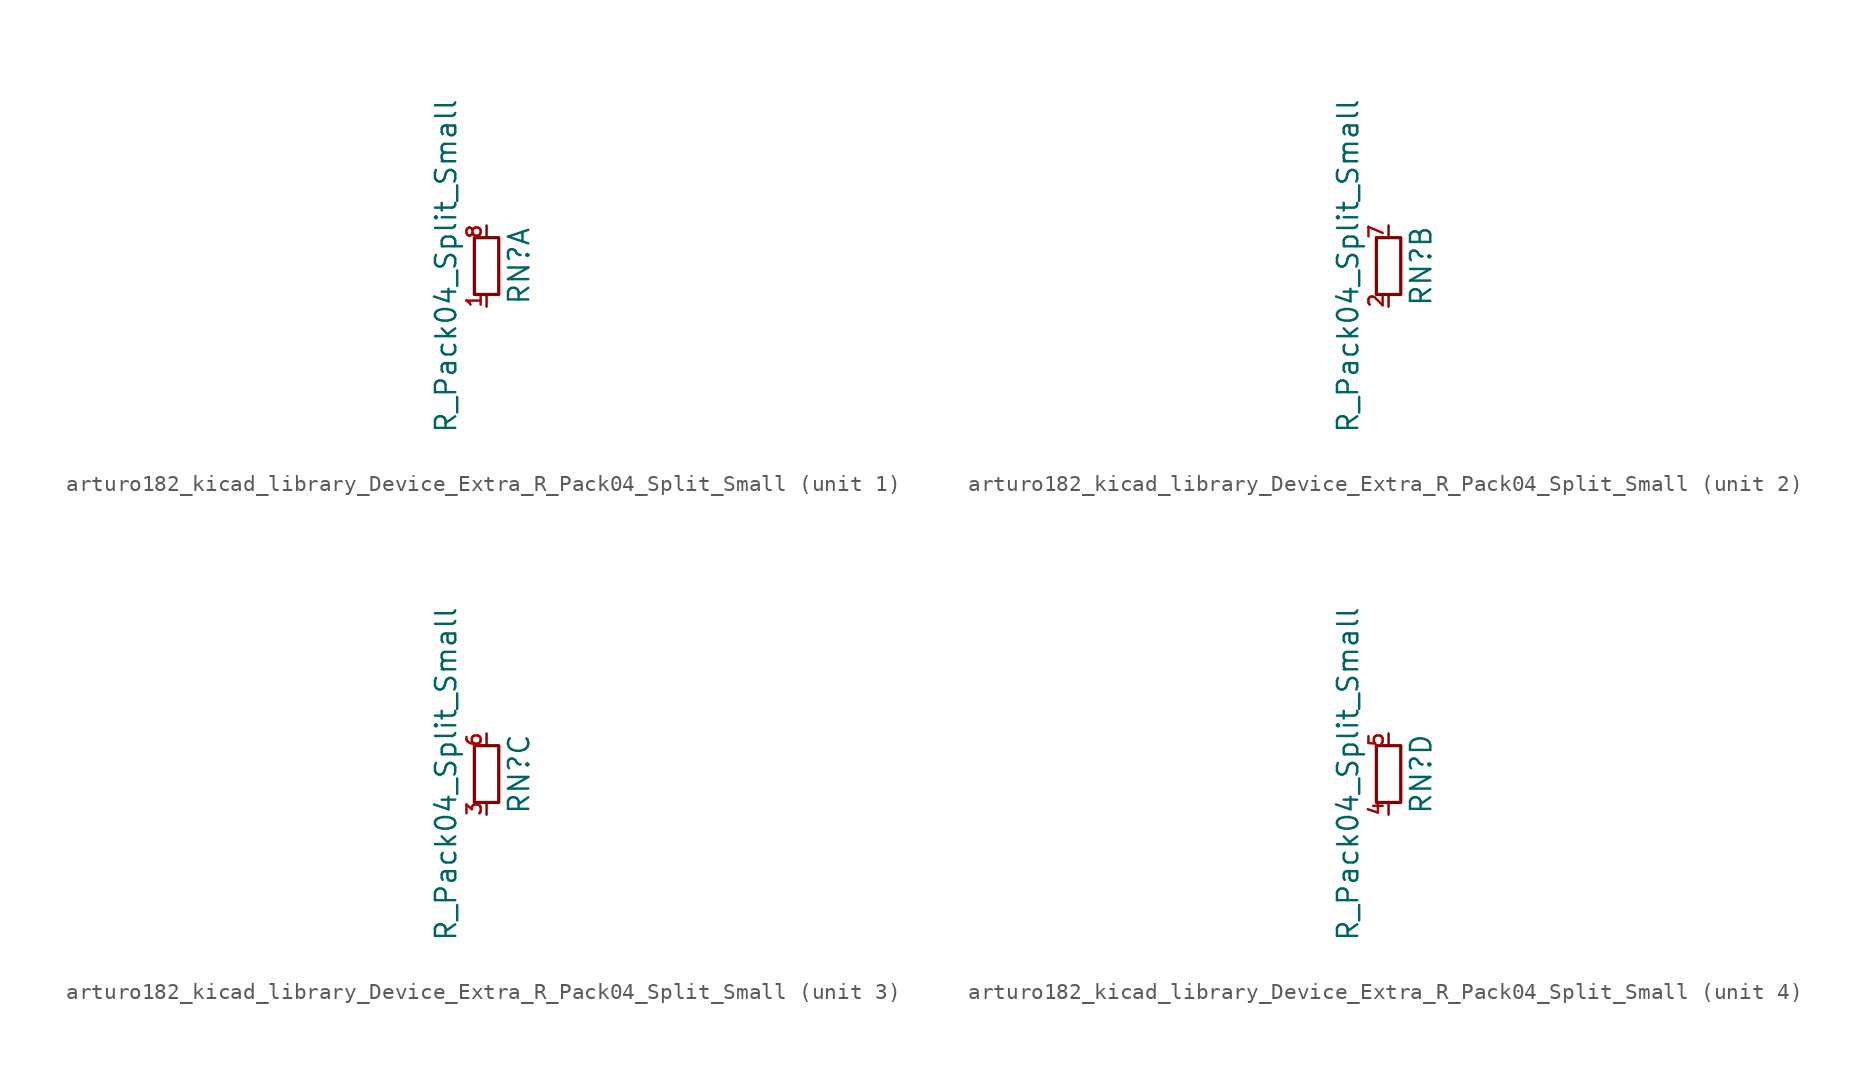
<source format=kicad_sym>
(kicad_symbol_lib
  (version 20220914)
  (generator kicad_symbol_editor)
  (symbol "arturo182_kicad_library_Device_Extra_R_Pack04_Split_Small"
    (pin_names
      (offset 0) hide)
    (property "Reference" "RN"
      (at 2.032 0 90)
      (effects (font (size 1.27 1.27))))
    (property "Value" "R_Pack04_Split_Small"
      (at -2.54 0 90)
      (effects (font (size 1.27 1.27))))
    (symbol "arturo182_kicad_library_Device_Extra_R_Pack04_Split_Small_0_1"
      (rectangle (start -0.762 1.778) (end 0.762 -1.778) (stroke (width 0.203) (type default)) (fill (type none))))
    (symbol "arturo182_kicad_library_Device_Extra_R_Pack04_Split_Small_1_1"
      (pin passive line (at 0 -2.54 90) (length 0.762) (name "R1.1" (effects (font (size 1.27 1.27)))) (number "1" (effects (font (size 0.889 0.889)))))
      (pin passive line (at 0 2.54 270) (length 0.762) (name "R1.2" (effects (font (size 1.27 1.27)))) (number "8" (effects (font (size 0.889 0.889))))))
    (symbol "arturo182_kicad_library_Device_Extra_R_Pack04_Split_Small_2_1"
      (pin passive line (at 0 -2.54 90) (length 0.762) (name "R1.1" (effects (font (size 1.27 1.27)))) (number "2" (effects (font (size 0.889 0.889)))))
      (pin passive line (at 0 2.54 270) (length 0.762) (name "R1.2" (effects (font (size 1.27 1.27)))) (number "7" (effects (font (size 0.889 0.889))))))
    (symbol "arturo182_kicad_library_Device_Extra_R_Pack04_Split_Small_3_1"
      (pin passive line (at 0 -2.54 90) (length 0.762) (name "R1.1" (effects (font (size 1.27 1.27)))) (number "3" (effects (font (size 0.889 0.889)))))
      (pin passive line (at 0 2.54 270) (length 0.762) (name "R1.2" (effects (font (size 1.27 1.27)))) (number "6" (effects (font (size 0.889 0.889))))))
    (symbol "arturo182_kicad_library_Device_Extra_R_Pack04_Split_Small_4_1"
      (pin passive line (at 0 -2.54 90) (length 0.762) (name "R1.1" (effects (font (size 1.27 1.27)))) (number "4" (effects (font (size 0.889 0.889)))))
      (pin passive line (at 0 2.54 270) (length 0.762) (name "R1.2" (effects (font (size 1.27 1.27)))) (number "5" (effects (font (size 0.889 0.889))))))))
</source>
